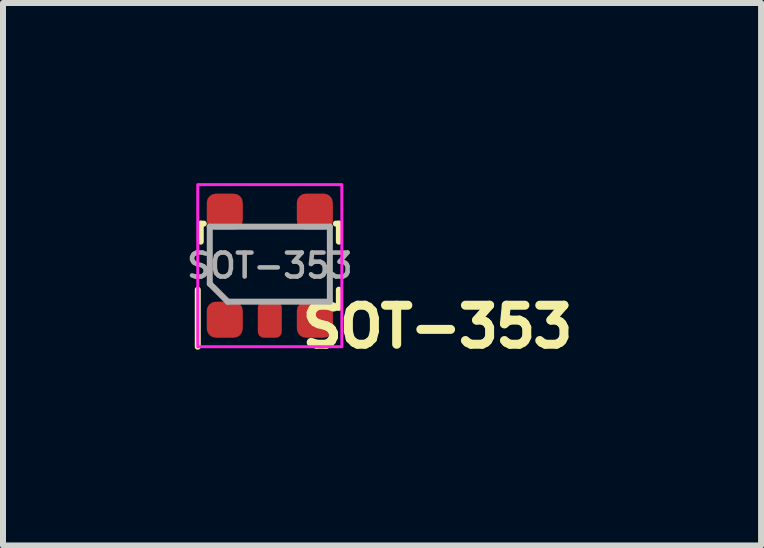
<source format=kicad_pcb>
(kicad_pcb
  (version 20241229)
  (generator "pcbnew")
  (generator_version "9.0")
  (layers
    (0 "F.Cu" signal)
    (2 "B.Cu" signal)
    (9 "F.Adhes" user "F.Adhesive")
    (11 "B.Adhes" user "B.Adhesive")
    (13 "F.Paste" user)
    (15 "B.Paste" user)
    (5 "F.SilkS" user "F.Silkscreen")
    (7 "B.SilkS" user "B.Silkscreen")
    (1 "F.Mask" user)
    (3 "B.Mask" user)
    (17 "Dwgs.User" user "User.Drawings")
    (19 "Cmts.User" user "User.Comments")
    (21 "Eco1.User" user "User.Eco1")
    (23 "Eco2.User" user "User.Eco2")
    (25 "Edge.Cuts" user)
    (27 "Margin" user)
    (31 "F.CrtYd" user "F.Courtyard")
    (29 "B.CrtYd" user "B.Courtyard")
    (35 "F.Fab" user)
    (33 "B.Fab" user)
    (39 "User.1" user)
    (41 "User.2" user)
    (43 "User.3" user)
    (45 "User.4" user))
  (footprint "SOT-353"
    (layer "F.Cu")
    (at 1.444 1.375)
    (property "Reference" "SOT-353" (at 2.794 1.016 180) (layer "F.SilkS") (effects (font (size 0.65 0.65) (thickness 0.15))))
    (attr smd)
    (fp_line (start -1.2 1.35) (end -1.2 0.4) (stroke (width 0.1) (type solid)) (layer "F.SilkS"))
    (fp_line (start -1.15 -0.7) (end -1.15 -0.4) (stroke (width 0.1) (type solid)) (layer "F.SilkS"))
    (fp_line (start -1.15 -0.7) (end -1.1 -0.7) (stroke (width 0.1) (type solid)) (layer "F.SilkS"))
    (fp_line (start 1.15 -0.7) (end 1.1 -0.7) (stroke (width 0.1) (type solid)) (layer "F.SilkS"))
    (fp_line (start 1.15 -0.7) (end 1.15 -0.4) (stroke (width 0.1) (type solid)) (layer "F.SilkS"))
    (fp_line (start 1.15 0.7) (end 1.1 0.7) (stroke (width 0.1) (type solid)) (layer "F.SilkS"))
    (fp_line (start 1.15 0.7) (end 1.15 0.4) (stroke (width 0.1) (type solid)) (layer "F.SilkS"))
    (fp_rect (start 1.2 -1.35) (end -1.2 1.35) (stroke (width 0.05) (type solid)) (fill no) (layer "F.CrtYd"))
    (fp_line (start -1 -0.65) (end 1 -0.65) (stroke (width 0.1) (type solid)) (layer "F.Fab"))
    (fp_line (start -1 0.3) (end -1 -0.65) (stroke (width 0.1) (type solid)) (layer "F.Fab"))
    (fp_line (start -1 0.3) (end -0.7 0.6) (stroke (width 0.1) (type solid)) (layer "F.Fab"))
    (fp_line (start 1 -0.65) (end 1 0.6) (stroke (width 0.1) (type solid)) (layer "F.Fab"))
    (fp_line (start 1 0.6) (end -0.7 0.6) (stroke (width 0.1) (type solid)) (layer "F.Fab"))
    (fp_text user "${REFERENCE}" (at 0 0 180) (layer "F.Fab") (effects (font (size 0.4 0.4) (thickness 0.075))))
    (pad "1" smd roundrect (at -0.75 0.9 90) (size 0.6 0.6) (layers "F.Cu" "F.Mask" "F.Paste") (roundrect_rratio 0.25))
    (pad "2" smd roundrect (at 0 0.9 90) (size 0.6 0.4) (layers "F.Cu" "F.Mask" "F.Paste") (roundrect_rratio 0.25))
    (pad "3" smd roundrect (at 0.75 0.9 90) (size 0.6 0.6) (layers "F.Cu" "F.Mask" "F.Paste") (roundrect_rratio 0.25))
    (pad "4" smd roundrect (at 0.75 -0.9 90) (size 0.6 0.6) (layers "F.Cu" "F.Mask" "F.Paste") (roundrect_rratio 0.25))
    (pad "5" smd roundrect (at -0.75 -0.9 90) (size 0.6 0.6) (layers "F.Cu" "F.Mask" "F.Paste") (roundrect_rratio 0.25)))
  (gr_rect
    (start -3 -3)
    (end 9.627 6.035)
    (stroke (width 0.1) (type default))
    (fill no)
    (layer "Edge.Cuts")))
</source>
